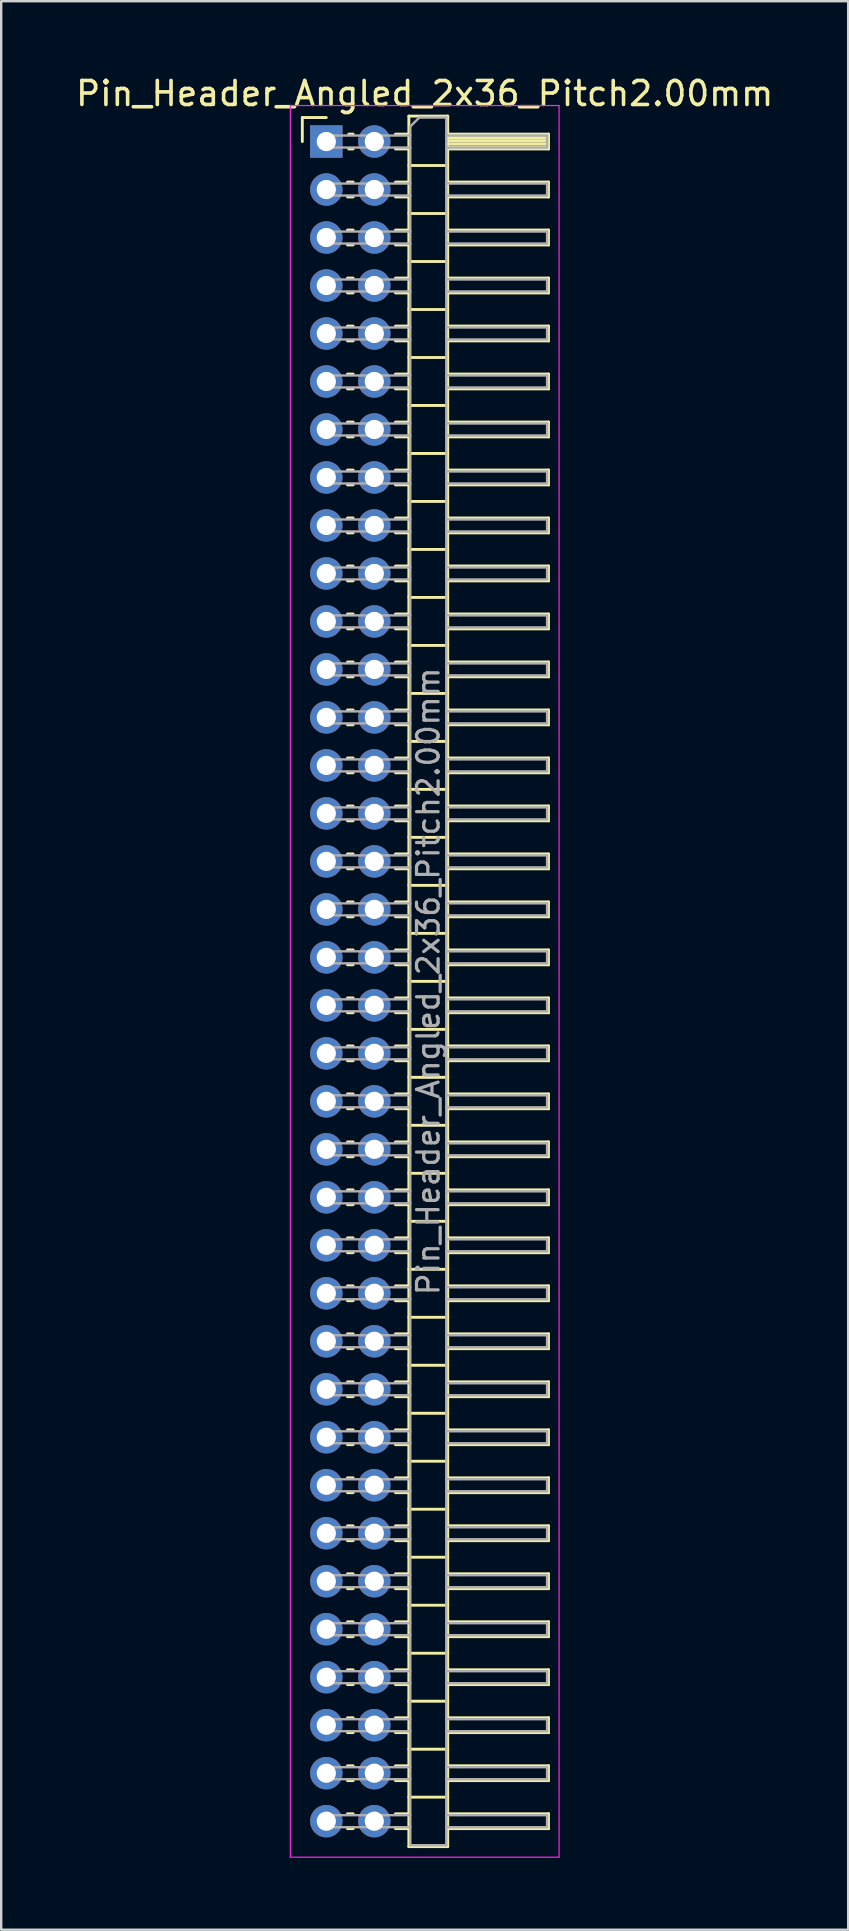
<source format=kicad_pcb>
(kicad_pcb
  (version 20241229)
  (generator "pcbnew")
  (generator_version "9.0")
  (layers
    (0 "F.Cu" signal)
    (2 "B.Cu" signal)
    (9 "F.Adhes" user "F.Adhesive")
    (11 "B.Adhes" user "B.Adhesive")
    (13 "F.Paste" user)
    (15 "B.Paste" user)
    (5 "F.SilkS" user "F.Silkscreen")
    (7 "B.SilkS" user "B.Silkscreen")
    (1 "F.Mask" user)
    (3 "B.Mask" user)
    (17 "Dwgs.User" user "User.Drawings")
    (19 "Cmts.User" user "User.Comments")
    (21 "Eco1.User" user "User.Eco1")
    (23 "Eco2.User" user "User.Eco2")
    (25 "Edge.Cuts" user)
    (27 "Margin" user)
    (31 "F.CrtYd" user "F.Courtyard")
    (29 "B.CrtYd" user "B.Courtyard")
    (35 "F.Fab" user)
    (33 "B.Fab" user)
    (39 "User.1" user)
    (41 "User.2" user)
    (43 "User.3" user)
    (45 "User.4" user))
  (footprint "Pin_Header_Angled_2x36_Pitch2.00mm"
    (layer "F.Cu")
    (at 10.549 2.848)
    (property "Reference" "Pin_Header_Angled_2x36_Pitch2.00mm" (at 4.1 -2 0) (layer "F.SilkS") (effects (font (size 1 1) (thickness 0.15))))
    (attr through_hole)
    (fp_line (start -1 -1) (end 0 -1) (stroke (width 0.12) (type solid)) (layer "F.SilkS"))
    (fp_line (start -1 0) (end -1 -1) (stroke (width 0.12) (type solid)) (layer "F.SilkS"))
    (fp_line (start 0.882 1.69) (end 1.118 1.69) (stroke (width 0.12) (type solid)) (layer "F.SilkS"))
    (fp_line (start 0.882 2.31) (end 1.118 2.31) (stroke (width 0.12) (type solid)) (layer "F.SilkS"))
    (fp_line (start 0.882 3.69) (end 1.118 3.69) (stroke (width 0.12) (type solid)) (layer "F.SilkS"))
    (fp_line (start 0.882 4.31) (end 1.118 4.31) (stroke (width 0.12) (type solid)) (layer "F.SilkS"))
    (fp_line (start 0.882 5.69) (end 1.118 5.69) (stroke (width 0.12) (type solid)) (layer "F.SilkS"))
    (fp_line (start 0.882 6.31) (end 1.118 6.31) (stroke (width 0.12) (type solid)) (layer "F.SilkS"))
    (fp_line (start 0.882 7.69) (end 1.118 7.69) (stroke (width 0.12) (type solid)) (layer "F.SilkS"))
    (fp_line (start 0.882 8.31) (end 1.118 8.31) (stroke (width 0.12) (type solid)) (layer "F.SilkS"))
    (fp_line (start 0.882 9.69) (end 1.118 9.69) (stroke (width 0.12) (type solid)) (layer "F.SilkS"))
    (fp_line (start 0.882 10.31) (end 1.118 10.31) (stroke (width 0.12) (type solid)) (layer "F.SilkS"))
    (fp_line (start 0.882 11.69) (end 1.118 11.69) (stroke (width 0.12) (type solid)) (layer "F.SilkS"))
    (fp_line (start 0.882 12.31) (end 1.118 12.31) (stroke (width 0.12) (type solid)) (layer "F.SilkS"))
    (fp_line (start 0.882 13.69) (end 1.118 13.69) (stroke (width 0.12) (type solid)) (layer "F.SilkS"))
    (fp_line (start 0.882 14.31) (end 1.118 14.31) (stroke (width 0.12) (type solid)) (layer "F.SilkS"))
    (fp_line (start 0.882 15.69) (end 1.118 15.69) (stroke (width 0.12) (type solid)) (layer "F.SilkS"))
    (fp_line (start 0.882 16.31) (end 1.118 16.31) (stroke (width 0.12) (type solid)) (layer "F.SilkS"))
    (fp_line (start 0.882 17.69) (end 1.118 17.69) (stroke (width 0.12) (type solid)) (layer "F.SilkS"))
    (fp_line (start 0.882 18.31) (end 1.118 18.31) (stroke (width 0.12) (type solid)) (layer "F.SilkS"))
    (fp_line (start 0.882 19.69) (end 1.118 19.69) (stroke (width 0.12) (type solid)) (layer "F.SilkS"))
    (fp_line (start 0.882 20.31) (end 1.118 20.31) (stroke (width 0.12) (type solid)) (layer "F.SilkS"))
    (fp_line (start 0.882 21.69) (end 1.118 21.69) (stroke (width 0.12) (type solid)) (layer "F.SilkS"))
    (fp_line (start 0.882 22.31) (end 1.118 22.31) (stroke (width 0.12) (type solid)) (layer "F.SilkS"))
    (fp_line (start 0.882 23.69) (end 1.118 23.69) (stroke (width 0.12) (type solid)) (layer "F.SilkS"))
    (fp_line (start 0.882 24.31) (end 1.118 24.31) (stroke (width 0.12) (type solid)) (layer "F.SilkS"))
    (fp_line (start 0.882 25.69) (end 1.118 25.69) (stroke (width 0.12) (type solid)) (layer "F.SilkS"))
    (fp_line (start 0.882 26.31) (end 1.118 26.31) (stroke (width 0.12) (type solid)) (layer "F.SilkS"))
    (fp_line (start 0.882 27.69) (end 1.118 27.69) (stroke (width 0.12) (type solid)) (layer "F.SilkS"))
    (fp_line (start 0.882 28.31) (end 1.118 28.31) (stroke (width 0.12) (type solid)) (layer "F.SilkS"))
    (fp_line (start 0.882 29.69) (end 1.118 29.69) (stroke (width 0.12) (type solid)) (layer "F.SilkS"))
    (fp_line (start 0.882 30.31) (end 1.118 30.31) (stroke (width 0.12) (type solid)) (layer "F.SilkS"))
    (fp_line (start 0.882 31.69) (end 1.118 31.69) (stroke (width 0.12) (type solid)) (layer "F.SilkS"))
    (fp_line (start 0.882 32.31) (end 1.118 32.31) (stroke (width 0.12) (type solid)) (layer "F.SilkS"))
    (fp_line (start 0.882 33.69) (end 1.118 33.69) (stroke (width 0.12) (type solid)) (layer "F.SilkS"))
    (fp_line (start 0.882 34.31) (end 1.118 34.31) (stroke (width 0.12) (type solid)) (layer "F.SilkS"))
    (fp_line (start 0.882 35.69) (end 1.118 35.69) (stroke (width 0.12) (type solid)) (layer "F.SilkS"))
    (fp_line (start 0.882 36.31) (end 1.118 36.31) (stroke (width 0.12) (type solid)) (layer "F.SilkS"))
    (fp_line (start 0.882 37.69) (end 1.118 37.69) (stroke (width 0.12) (type solid)) (layer "F.SilkS"))
    (fp_line (start 0.882 38.31) (end 1.118 38.31) (stroke (width 0.12) (type solid)) (layer "F.SilkS"))
    (fp_line (start 0.882 39.69) (end 1.118 39.69) (stroke (width 0.12) (type solid)) (layer "F.SilkS"))
    (fp_line (start 0.882 40.31) (end 1.118 40.31) (stroke (width 0.12) (type solid)) (layer "F.SilkS"))
    (fp_line (start 0.882 41.69) (end 1.118 41.69) (stroke (width 0.12) (type solid)) (layer "F.SilkS"))
    (fp_line (start 0.882 42.31) (end 1.118 42.31) (stroke (width 0.12) (type solid)) (layer "F.SilkS"))
    (fp_line (start 0.882 43.69) (end 1.118 43.69) (stroke (width 0.12) (type solid)) (layer "F.SilkS"))
    (fp_line (start 0.882 44.31) (end 1.118 44.31) (stroke (width 0.12) (type solid)) (layer "F.SilkS"))
    (fp_line (start 0.882 45.69) (end 1.118 45.69) (stroke (width 0.12) (type solid)) (layer "F.SilkS"))
    (fp_line (start 0.882 46.31) (end 1.118 46.31) (stroke (width 0.12) (type solid)) (layer "F.SilkS"))
    (fp_line (start 0.882 47.69) (end 1.118 47.69) (stroke (width 0.12) (type solid)) (layer "F.SilkS"))
    (fp_line (start 0.882 48.31) (end 1.118 48.31) (stroke (width 0.12) (type solid)) (layer "F.SilkS"))
    (fp_line (start 0.882 49.69) (end 1.118 49.69) (stroke (width 0.12) (type solid)) (layer "F.SilkS"))
    (fp_line (start 0.882 50.31) (end 1.118 50.31) (stroke (width 0.12) (type solid)) (layer "F.SilkS"))
    (fp_line (start 0.882 51.69) (end 1.118 51.69) (stroke (width 0.12) (type solid)) (layer "F.SilkS"))
    (fp_line (start 0.882 52.31) (end 1.118 52.31) (stroke (width 0.12) (type solid)) (layer "F.SilkS"))
    (fp_line (start 0.882 53.69) (end 1.118 53.69) (stroke (width 0.12) (type solid)) (layer "F.SilkS"))
    (fp_line (start 0.882 54.31) (end 1.118 54.31) (stroke (width 0.12) (type solid)) (layer "F.SilkS"))
    (fp_line (start 0.882 55.69) (end 1.118 55.69) (stroke (width 0.12) (type solid)) (layer "F.SilkS"))
    (fp_line (start 0.882 56.31) (end 1.118 56.31) (stroke (width 0.12) (type solid)) (layer "F.SilkS"))
    (fp_line (start 0.882 57.69) (end 1.118 57.69) (stroke (width 0.12) (type solid)) (layer "F.SilkS"))
    (fp_line (start 0.882 58.31) (end 1.118 58.31) (stroke (width 0.12) (type solid)) (layer "F.SilkS"))
    (fp_line (start 0.882 59.69) (end 1.118 59.69) (stroke (width 0.12) (type solid)) (layer "F.SilkS"))
    (fp_line (start 0.882 60.31) (end 1.118 60.31) (stroke (width 0.12) (type solid)) (layer "F.SilkS"))
    (fp_line (start 0.882 61.69) (end 1.118 61.69) (stroke (width 0.12) (type solid)) (layer "F.SilkS"))
    (fp_line (start 0.882 62.31) (end 1.118 62.31) (stroke (width 0.12) (type solid)) (layer "F.SilkS"))
    (fp_line (start 0.882 63.69) (end 1.118 63.69) (stroke (width 0.12) (type solid)) (layer "F.SilkS"))
    (fp_line (start 0.882 64.31) (end 1.118 64.31) (stroke (width 0.12) (type solid)) (layer "F.SilkS"))
    (fp_line (start 0.882 65.69) (end 1.118 65.69) (stroke (width 0.12) (type solid)) (layer "F.SilkS"))
    (fp_line (start 0.882 66.31) (end 1.118 66.31) (stroke (width 0.12) (type solid)) (layer "F.SilkS"))
    (fp_line (start 0.882 67.69) (end 1.118 67.69) (stroke (width 0.12) (type solid)) (layer "F.SilkS"))
    (fp_line (start 0.882 68.31) (end 1.118 68.31) (stroke (width 0.12) (type solid)) (layer "F.SilkS"))
    (fp_line (start 0.882 69.69) (end 1.118 69.69) (stroke (width 0.12) (type solid)) (layer "F.SilkS"))
    (fp_line (start 0.882 70.31) (end 1.118 70.31) (stroke (width 0.12) (type solid)) (layer "F.SilkS"))
    (fp_line (start 0.935 -0.31) (end 1.118 -0.31) (stroke (width 0.12) (type solid)) (layer "F.SilkS"))
    (fp_line (start 0.935 0.31) (end 1.118 0.31) (stroke (width 0.12) (type solid)) (layer "F.SilkS"))
    (fp_line (start 2.882 -0.31) (end 3.44 -0.31) (stroke (width 0.12) (type solid)) (layer "F.SilkS"))
    (fp_line (start 2.882 0.31) (end 3.44 0.31) (stroke (width 0.12) (type solid)) (layer "F.SilkS"))
    (fp_line (start 2.882 1.69) (end 3.44 1.69) (stroke (width 0.12) (type solid)) (layer "F.SilkS"))
    (fp_line (start 2.882 2.31) (end 3.44 2.31) (stroke (width 0.12) (type solid)) (layer "F.SilkS"))
    (fp_line (start 2.882 3.69) (end 3.44 3.69) (stroke (width 0.12) (type solid)) (layer "F.SilkS"))
    (fp_line (start 2.882 4.31) (end 3.44 4.31) (stroke (width 0.12) (type solid)) (layer "F.SilkS"))
    (fp_line (start 2.882 5.69) (end 3.44 5.69) (stroke (width 0.12) (type solid)) (layer "F.SilkS"))
    (fp_line (start 2.882 6.31) (end 3.44 6.31) (stroke (width 0.12) (type solid)) (layer "F.SilkS"))
    (fp_line (start 2.882 7.69) (end 3.44 7.69) (stroke (width 0.12) (type solid)) (layer "F.SilkS"))
    (fp_line (start 2.882 8.31) (end 3.44 8.31) (stroke (width 0.12) (type solid)) (layer "F.SilkS"))
    (fp_line (start 2.882 9.69) (end 3.44 9.69) (stroke (width 0.12) (type solid)) (layer "F.SilkS"))
    (fp_line (start 2.882 10.31) (end 3.44 10.31) (stroke (width 0.12) (type solid)) (layer "F.SilkS"))
    (fp_line (start 2.882 11.69) (end 3.44 11.69) (stroke (width 0.12) (type solid)) (layer "F.SilkS"))
    (fp_line (start 2.882 12.31) (end 3.44 12.31) (stroke (width 0.12) (type solid)) (layer "F.SilkS"))
    (fp_line (start 2.882 13.69) (end 3.44 13.69) (stroke (width 0.12) (type solid)) (layer "F.SilkS"))
    (fp_line (start 2.882 14.31) (end 3.44 14.31) (stroke (width 0.12) (type solid)) (layer "F.SilkS"))
    (fp_line (start 2.882 15.69) (end 3.44 15.69) (stroke (width 0.12) (type solid)) (layer "F.SilkS"))
    (fp_line (start 2.882 16.31) (end 3.44 16.31) (stroke (width 0.12) (type solid)) (layer "F.SilkS"))
    (fp_line (start 2.882 17.69) (end 3.44 17.69) (stroke (width 0.12) (type solid)) (layer "F.SilkS"))
    (fp_line (start 2.882 18.31) (end 3.44 18.31) (stroke (width 0.12) (type solid)) (layer "F.SilkS"))
    (fp_line (start 2.882 19.69) (end 3.44 19.69) (stroke (width 0.12) (type solid)) (layer "F.SilkS"))
    (fp_line (start 2.882 20.31) (end 3.44 20.31) (stroke (width 0.12) (type solid)) (layer "F.SilkS"))
    (fp_line (start 2.882 21.69) (end 3.44 21.69) (stroke (width 0.12) (type solid)) (layer "F.SilkS"))
    (fp_line (start 2.882 22.31) (end 3.44 22.31) (stroke (width 0.12) (type solid)) (layer "F.SilkS"))
    (fp_line (start 2.882 23.69) (end 3.44 23.69) (stroke (width 0.12) (type solid)) (layer "F.SilkS"))
    (fp_line (start 2.882 24.31) (end 3.44 24.31) (stroke (width 0.12) (type solid)) (layer "F.SilkS"))
    (fp_line (start 2.882 25.69) (end 3.44 25.69) (stroke (width 0.12) (type solid)) (layer "F.SilkS"))
    (fp_line (start 2.882 26.31) (end 3.44 26.31) (stroke (width 0.12) (type solid)) (layer "F.SilkS"))
    (fp_line (start 2.882 27.69) (end 3.44 27.69) (stroke (width 0.12) (type solid)) (layer "F.SilkS"))
    (fp_line (start 2.882 28.31) (end 3.44 28.31) (stroke (width 0.12) (type solid)) (layer "F.SilkS"))
    (fp_line (start 2.882 29.69) (end 3.44 29.69) (stroke (width 0.12) (type solid)) (layer "F.SilkS"))
    (fp_line (start 2.882 30.31) (end 3.44 30.31) (stroke (width 0.12) (type solid)) (layer "F.SilkS"))
    (fp_line (start 2.882 31.69) (end 3.44 31.69) (stroke (width 0.12) (type solid)) (layer "F.SilkS"))
    (fp_line (start 2.882 32.31) (end 3.44 32.31) (stroke (width 0.12) (type solid)) (layer "F.SilkS"))
    (fp_line (start 2.882 33.69) (end 3.44 33.69) (stroke (width 0.12) (type solid)) (layer "F.SilkS"))
    (fp_line (start 2.882 34.31) (end 3.44 34.31) (stroke (width 0.12) (type solid)) (layer "F.SilkS"))
    (fp_line (start 2.882 35.69) (end 3.44 35.69) (stroke (width 0.12) (type solid)) (layer "F.SilkS"))
    (fp_line (start 2.882 36.31) (end 3.44 36.31) (stroke (width 0.12) (type solid)) (layer "F.SilkS"))
    (fp_line (start 2.882 37.69) (end 3.44 37.69) (stroke (width 0.12) (type solid)) (layer "F.SilkS"))
    (fp_line (start 2.882 38.31) (end 3.44 38.31) (stroke (width 0.12) (type solid)) (layer "F.SilkS"))
    (fp_line (start 2.882 39.69) (end 3.44 39.69) (stroke (width 0.12) (type solid)) (layer "F.SilkS"))
    (fp_line (start 2.882 40.31) (end 3.44 40.31) (stroke (width 0.12) (type solid)) (layer "F.SilkS"))
    (fp_line (start 2.882 41.69) (end 3.44 41.69) (stroke (width 0.12) (type solid)) (layer "F.SilkS"))
    (fp_line (start 2.882 42.31) (end 3.44 42.31) (stroke (width 0.12) (type solid)) (layer "F.SilkS"))
    (fp_line (start 2.882 43.69) (end 3.44 43.69) (stroke (width 0.12) (type solid)) (layer "F.SilkS"))
    (fp_line (start 2.882 44.31) (end 3.44 44.31) (stroke (width 0.12) (type solid)) (layer "F.SilkS"))
    (fp_line (start 2.882 45.69) (end 3.44 45.69) (stroke (width 0.12) (type solid)) (layer "F.SilkS"))
    (fp_line (start 2.882 46.31) (end 3.44 46.31) (stroke (width 0.12) (type solid)) (layer "F.SilkS"))
    (fp_line (start 2.882 47.69) (end 3.44 47.69) (stroke (width 0.12) (type solid)) (layer "F.SilkS"))
    (fp_line (start 2.882 48.31) (end 3.44 48.31) (stroke (width 0.12) (type solid)) (layer "F.SilkS"))
    (fp_line (start 2.882 49.69) (end 3.44 49.69) (stroke (width 0.12) (type solid)) (layer "F.SilkS"))
    (fp_line (start 2.882 50.31) (end 3.44 50.31) (stroke (width 0.12) (type solid)) (layer "F.SilkS"))
    (fp_line (start 2.882 51.69) (end 3.44 51.69) (stroke (width 0.12) (type solid)) (layer "F.SilkS"))
    (fp_line (start 2.882 52.31) (end 3.44 52.31) (stroke (width 0.12) (type solid)) (layer "F.SilkS"))
    (fp_line (start 2.882 53.69) (end 3.44 53.69) (stroke (width 0.12) (type solid)) (layer "F.SilkS"))
    (fp_line (start 2.882 54.31) (end 3.44 54.31) (stroke (width 0.12) (type solid)) (layer "F.SilkS"))
    (fp_line (start 2.882 55.69) (end 3.44 55.69) (stroke (width 0.12) (type solid)) (layer "F.SilkS"))
    (fp_line (start 2.882 56.31) (end 3.44 56.31) (stroke (width 0.12) (type solid)) (layer "F.SilkS"))
    (fp_line (start 2.882 57.69) (end 3.44 57.69) (stroke (width 0.12) (type solid)) (layer "F.SilkS"))
    (fp_line (start 2.882 58.31) (end 3.44 58.31) (stroke (width 0.12) (type solid)) (layer "F.SilkS"))
    (fp_line (start 2.882 59.69) (end 3.44 59.69) (stroke (width 0.12) (type solid)) (layer "F.SilkS"))
    (fp_line (start 2.882 60.31) (end 3.44 60.31) (stroke (width 0.12) (type solid)) (layer "F.SilkS"))
    (fp_line (start 2.882 61.69) (end 3.44 61.69) (stroke (width 0.12) (type solid)) (layer "F.SilkS"))
    (fp_line (start 2.882 62.31) (end 3.44 62.31) (stroke (width 0.12) (type solid)) (layer "F.SilkS"))
    (fp_line (start 2.882 63.69) (end 3.44 63.69) (stroke (width 0.12) (type solid)) (layer "F.SilkS"))
    (fp_line (start 2.882 64.31) (end 3.44 64.31) (stroke (width 0.12) (type solid)) (layer "F.SilkS"))
    (fp_line (start 2.882 65.69) (end 3.44 65.69) (stroke (width 0.12) (type solid)) (layer "F.SilkS"))
    (fp_line (start 2.882 66.31) (end 3.44 66.31) (stroke (width 0.12) (type solid)) (layer "F.SilkS"))
    (fp_line (start 2.882 67.69) (end 3.44 67.69) (stroke (width 0.12) (type solid)) (layer "F.SilkS"))
    (fp_line (start 2.882 68.31) (end 3.44 68.31) (stroke (width 0.12) (type solid)) (layer "F.SilkS"))
    (fp_line (start 2.882 69.69) (end 3.44 69.69) (stroke (width 0.12) (type solid)) (layer "F.SilkS"))
    (fp_line (start 2.882 70.31) (end 3.44 70.31) (stroke (width 0.12) (type solid)) (layer "F.SilkS"))
    (fp_line (start 3.44 -1.06) (end 3.44 71.06) (stroke (width 0.12) (type solid)) (layer "F.SilkS"))
    (fp_line (start 3.44 1) (end 5.06 1) (stroke (width 0.12) (type solid)) (layer "F.SilkS"))
    (fp_line (start 3.44 3) (end 5.06 3) (stroke (width 0.12) (type solid)) (layer "F.SilkS"))
    (fp_line (start 3.44 5) (end 5.06 5) (stroke (width 0.12) (type solid)) (layer "F.SilkS"))
    (fp_line (start 3.44 7) (end 5.06 7) (stroke (width 0.12) (type solid)) (layer "F.SilkS"))
    (fp_line (start 3.44 9) (end 5.06 9) (stroke (width 0.12) (type solid)) (layer "F.SilkS"))
    (fp_line (start 3.44 11) (end 5.06 11) (stroke (width 0.12) (type solid)) (layer "F.SilkS"))
    (fp_line (start 3.44 13) (end 5.06 13) (stroke (width 0.12) (type solid)) (layer "F.SilkS"))
    (fp_line (start 3.44 15) (end 5.06 15) (stroke (width 0.12) (type solid)) (layer "F.SilkS"))
    (fp_line (start 3.44 17) (end 5.06 17) (stroke (width 0.12) (type solid)) (layer "F.SilkS"))
    (fp_line (start 3.44 19) (end 5.06 19) (stroke (width 0.12) (type solid)) (layer "F.SilkS"))
    (fp_line (start 3.44 21) (end 5.06 21) (stroke (width 0.12) (type solid)) (layer "F.SilkS"))
    (fp_line (start 3.44 23) (end 5.06 23) (stroke (width 0.12) (type solid)) (layer "F.SilkS"))
    (fp_line (start 3.44 25) (end 5.06 25) (stroke (width 0.12) (type solid)) (layer "F.SilkS"))
    (fp_line (start 3.44 27) (end 5.06 27) (stroke (width 0.12) (type solid)) (layer "F.SilkS"))
    (fp_line (start 3.44 29) (end 5.06 29) (stroke (width 0.12) (type solid)) (layer "F.SilkS"))
    (fp_line (start 3.44 31) (end 5.06 31) (stroke (width 0.12) (type solid)) (layer "F.SilkS"))
    (fp_line (start 3.44 33) (end 5.06 33) (stroke (width 0.12) (type solid)) (layer "F.SilkS"))
    (fp_line (start 3.44 35) (end 5.06 35) (stroke (width 0.12) (type solid)) (layer "F.SilkS"))
    (fp_line (start 3.44 37) (end 5.06 37) (stroke (width 0.12) (type solid)) (layer "F.SilkS"))
    (fp_line (start 3.44 39) (end 5.06 39) (stroke (width 0.12) (type solid)) (layer "F.SilkS"))
    (fp_line (start 3.44 41) (end 5.06 41) (stroke (width 0.12) (type solid)) (layer "F.SilkS"))
    (fp_line (start 3.44 43) (end 5.06 43) (stroke (width 0.12) (type solid)) (layer "F.SilkS"))
    (fp_line (start 3.44 45) (end 5.06 45) (stroke (width 0.12) (type solid)) (layer "F.SilkS"))
    (fp_line (start 3.44 47) (end 5.06 47) (stroke (width 0.12) (type solid)) (layer "F.SilkS"))
    (fp_line (start 3.44 49) (end 5.06 49) (stroke (width 0.12) (type solid)) (layer "F.SilkS"))
    (fp_line (start 3.44 51) (end 5.06 51) (stroke (width 0.12) (type solid)) (layer "F.SilkS"))
    (fp_line (start 3.44 53) (end 5.06 53) (stroke (width 0.12) (type solid)) (layer "F.SilkS"))
    (fp_line (start 3.44 55) (end 5.06 55) (stroke (width 0.12) (type solid)) (layer "F.SilkS"))
    (fp_line (start 3.44 57) (end 5.06 57) (stroke (width 0.12) (type solid)) (layer "F.SilkS"))
    (fp_line (start 3.44 59) (end 5.06 59) (stroke (width 0.12) (type solid)) (layer "F.SilkS"))
    (fp_line (start 3.44 61) (end 5.06 61) (stroke (width 0.12) (type solid)) (layer "F.SilkS"))
    (fp_line (start 3.44 63) (end 5.06 63) (stroke (width 0.12) (type solid)) (layer "F.SilkS"))
    (fp_line (start 3.44 65) (end 5.06 65) (stroke (width 0.12) (type solid)) (layer "F.SilkS"))
    (fp_line (start 3.44 67) (end 5.06 67) (stroke (width 0.12) (type solid)) (layer "F.SilkS"))
    (fp_line (start 3.44 69) (end 5.06 69) (stroke (width 0.12) (type solid)) (layer "F.SilkS"))
    (fp_line (start 3.44 71.06) (end 5.06 71.06) (stroke (width 0.12) (type solid)) (layer "F.SilkS"))
    (fp_line (start 5.06 -1.06) (end 3.44 -1.06) (stroke (width 0.12) (type solid)) (layer "F.SilkS"))
    (fp_line (start 5.06 -0.31) (end 9.26 -0.31) (stroke (width 0.12) (type solid)) (layer "F.SilkS"))
    (fp_line (start 5.06 -0.25) (end 9.26 -0.25) (stroke (width 0.12) (type solid)) (layer "F.SilkS"))
    (fp_line (start 5.06 -0.13) (end 9.26 -0.13) (stroke (width 0.12) (type solid)) (layer "F.SilkS"))
    (fp_line (start 5.06 -0.01) (end 9.26 -0.01) (stroke (width 0.12) (type solid)) (layer "F.SilkS"))
    (fp_line (start 5.06 0.11) (end 9.26 0.11) (stroke (width 0.12) (type solid)) (layer "F.SilkS"))
    (fp_line (start 5.06 0.23) (end 9.26 0.23) (stroke (width 0.12) (type solid)) (layer "F.SilkS"))
    (fp_line (start 5.06 1.69) (end 9.26 1.69) (stroke (width 0.12) (type solid)) (layer "F.SilkS"))
    (fp_line (start 5.06 3.69) (end 9.26 3.69) (stroke (width 0.12) (type solid)) (layer "F.SilkS"))
    (fp_line (start 5.06 5.69) (end 9.26 5.69) (stroke (width 0.12) (type solid)) (layer "F.SilkS"))
    (fp_line (start 5.06 7.69) (end 9.26 7.69) (stroke (width 0.12) (type solid)) (layer "F.SilkS"))
    (fp_line (start 5.06 9.69) (end 9.26 9.69) (stroke (width 0.12) (type solid)) (layer "F.SilkS"))
    (fp_line (start 5.06 11.69) (end 9.26 11.69) (stroke (width 0.12) (type solid)) (layer "F.SilkS"))
    (fp_line (start 5.06 13.69) (end 9.26 13.69) (stroke (width 0.12) (type solid)) (layer "F.SilkS"))
    (fp_line (start 5.06 15.69) (end 9.26 15.69) (stroke (width 0.12) (type solid)) (layer "F.SilkS"))
    (fp_line (start 5.06 17.69) (end 9.26 17.69) (stroke (width 0.12) (type solid)) (layer "F.SilkS"))
    (fp_line (start 5.06 19.69) (end 9.26 19.69) (stroke (width 0.12) (type solid)) (layer "F.SilkS"))
    (fp_line (start 5.06 21.69) (end 9.26 21.69) (stroke (width 0.12) (type solid)) (layer "F.SilkS"))
    (fp_line (start 5.06 23.69) (end 9.26 23.69) (stroke (width 0.12) (type solid)) (layer "F.SilkS"))
    (fp_line (start 5.06 25.69) (end 9.26 25.69) (stroke (width 0.12) (type solid)) (layer "F.SilkS"))
    (fp_line (start 5.06 27.69) (end 9.26 27.69) (stroke (width 0.12) (type solid)) (layer "F.SilkS"))
    (fp_line (start 5.06 29.69) (end 9.26 29.69) (stroke (width 0.12) (type solid)) (layer "F.SilkS"))
    (fp_line (start 5.06 31.69) (end 9.26 31.69) (stroke (width 0.12) (type solid)) (layer "F.SilkS"))
    (fp_line (start 5.06 33.69) (end 9.26 33.69) (stroke (width 0.12) (type solid)) (layer "F.SilkS"))
    (fp_line (start 5.06 35.69) (end 9.26 35.69) (stroke (width 0.12) (type solid)) (layer "F.SilkS"))
    (fp_line (start 5.06 37.69) (end 9.26 37.69) (stroke (width 0.12) (type solid)) (layer "F.SilkS"))
    (fp_line (start 5.06 39.69) (end 9.26 39.69) (stroke (width 0.12) (type solid)) (layer "F.SilkS"))
    (fp_line (start 5.06 41.69) (end 9.26 41.69) (stroke (width 0.12) (type solid)) (layer "F.SilkS"))
    (fp_line (start 5.06 43.69) (end 9.26 43.69) (stroke (width 0.12) (type solid)) (layer "F.SilkS"))
    (fp_line (start 5.06 45.69) (end 9.26 45.69) (stroke (width 0.12) (type solid)) (layer "F.SilkS"))
    (fp_line (start 5.06 47.69) (end 9.26 47.69) (stroke (width 0.12) (type solid)) (layer "F.SilkS"))
    (fp_line (start 5.06 49.69) (end 9.26 49.69) (stroke (width 0.12) (type solid)) (layer "F.SilkS"))
    (fp_line (start 5.06 51.69) (end 9.26 51.69) (stroke (width 0.12) (type solid)) (layer "F.SilkS"))
    (fp_line (start 5.06 53.69) (end 9.26 53.69) (stroke (width 0.12) (type solid)) (layer "F.SilkS"))
    (fp_line (start 5.06 55.69) (end 9.26 55.69) (stroke (width 0.12) (type solid)) (layer "F.SilkS"))
    (fp_line (start 5.06 57.69) (end 9.26 57.69) (stroke (width 0.12) (type solid)) (layer "F.SilkS"))
    (fp_line (start 5.06 59.69) (end 9.26 59.69) (stroke (width 0.12) (type solid)) (layer "F.SilkS"))
    (fp_line (start 5.06 61.69) (end 9.26 61.69) (stroke (width 0.12) (type solid)) (layer "F.SilkS"))
    (fp_line (start 5.06 63.69) (end 9.26 63.69) (stroke (width 0.12) (type solid)) (layer "F.SilkS"))
    (fp_line (start 5.06 65.69) (end 9.26 65.69) (stroke (width 0.12) (type solid)) (layer "F.SilkS"))
    (fp_line (start 5.06 67.69) (end 9.26 67.69) (stroke (width 0.12) (type solid)) (layer "F.SilkS"))
    (fp_line (start 5.06 69.69) (end 9.26 69.69) (stroke (width 0.12) (type solid)) (layer "F.SilkS"))
    (fp_line (start 5.06 71.06) (end 5.06 -1.06) (stroke (width 0.12) (type solid)) (layer "F.SilkS"))
    (fp_line (start 9.26 -0.31) (end 9.26 0.31) (stroke (width 0.12) (type solid)) (layer "F.SilkS"))
    (fp_line (start 9.26 0.31) (end 5.06 0.31) (stroke (width 0.12) (type solid)) (layer "F.SilkS"))
    (fp_line (start 9.26 1.69) (end 9.26 2.31) (stroke (width 0.12) (type solid)) (layer "F.SilkS"))
    (fp_line (start 9.26 2.31) (end 5.06 2.31) (stroke (width 0.12) (type solid)) (layer "F.SilkS"))
    (fp_line (start 9.26 3.69) (end 9.26 4.31) (stroke (width 0.12) (type solid)) (layer "F.SilkS"))
    (fp_line (start 9.26 4.31) (end 5.06 4.31) (stroke (width 0.12) (type solid)) (layer "F.SilkS"))
    (fp_line (start 9.26 5.69) (end 9.26 6.31) (stroke (width 0.12) (type solid)) (layer "F.SilkS"))
    (fp_line (start 9.26 6.31) (end 5.06 6.31) (stroke (width 0.12) (type solid)) (layer "F.SilkS"))
    (fp_line (start 9.26 7.69) (end 9.26 8.31) (stroke (width 0.12) (type solid)) (layer "F.SilkS"))
    (fp_line (start 9.26 8.31) (end 5.06 8.31) (stroke (width 0.12) (type solid)) (layer "F.SilkS"))
    (fp_line (start 9.26 9.69) (end 9.26 10.31) (stroke (width 0.12) (type solid)) (layer "F.SilkS"))
    (fp_line (start 9.26 10.31) (end 5.06 10.31) (stroke (width 0.12) (type solid)) (layer "F.SilkS"))
    (fp_line (start 9.26 11.69) (end 9.26 12.31) (stroke (width 0.12) (type solid)) (layer "F.SilkS"))
    (fp_line (start 9.26 12.31) (end 5.06 12.31) (stroke (width 0.12) (type solid)) (layer "F.SilkS"))
    (fp_line (start 9.26 13.69) (end 9.26 14.31) (stroke (width 0.12) (type solid)) (layer "F.SilkS"))
    (fp_line (start 9.26 14.31) (end 5.06 14.31) (stroke (width 0.12) (type solid)) (layer "F.SilkS"))
    (fp_line (start 9.26 15.69) (end 9.26 16.31) (stroke (width 0.12) (type solid)) (layer "F.SilkS"))
    (fp_line (start 9.26 16.31) (end 5.06 16.31) (stroke (width 0.12) (type solid)) (layer "F.SilkS"))
    (fp_line (start 9.26 17.69) (end 9.26 18.31) (stroke (width 0.12) (type solid)) (layer "F.SilkS"))
    (fp_line (start 9.26 18.31) (end 5.06 18.31) (stroke (width 0.12) (type solid)) (layer "F.SilkS"))
    (fp_line (start 9.26 19.69) (end 9.26 20.31) (stroke (width 0.12) (type solid)) (layer "F.SilkS"))
    (fp_line (start 9.26 20.31) (end 5.06 20.31) (stroke (width 0.12) (type solid)) (layer "F.SilkS"))
    (fp_line (start 9.26 21.69) (end 9.26 22.31) (stroke (width 0.12) (type solid)) (layer "F.SilkS"))
    (fp_line (start 9.26 22.31) (end 5.06 22.31) (stroke (width 0.12) (type solid)) (layer "F.SilkS"))
    (fp_line (start 9.26 23.69) (end 9.26 24.31) (stroke (width 0.12) (type solid)) (layer "F.SilkS"))
    (fp_line (start 9.26 24.31) (end 5.06 24.31) (stroke (width 0.12) (type solid)) (layer "F.SilkS"))
    (fp_line (start 9.26 25.69) (end 9.26 26.31) (stroke (width 0.12) (type solid)) (layer "F.SilkS"))
    (fp_line (start 9.26 26.31) (end 5.06 26.31) (stroke (width 0.12) (type solid)) (layer "F.SilkS"))
    (fp_line (start 9.26 27.69) (end 9.26 28.31) (stroke (width 0.12) (type solid)) (layer "F.SilkS"))
    (fp_line (start 9.26 28.31) (end 5.06 28.31) (stroke (width 0.12) (type solid)) (layer "F.SilkS"))
    (fp_line (start 9.26 29.69) (end 9.26 30.31) (stroke (width 0.12) (type solid)) (layer "F.SilkS"))
    (fp_line (start 9.26 30.31) (end 5.06 30.31) (stroke (width 0.12) (type solid)) (layer "F.SilkS"))
    (fp_line (start 9.26 31.69) (end 9.26 32.31) (stroke (width 0.12) (type solid)) (layer "F.SilkS"))
    (fp_line (start 9.26 32.31) (end 5.06 32.31) (stroke (width 0.12) (type solid)) (layer "F.SilkS"))
    (fp_line (start 9.26 33.69) (end 9.26 34.31) (stroke (width 0.12) (type solid)) (layer "F.SilkS"))
    (fp_line (start 9.26 34.31) (end 5.06 34.31) (stroke (width 0.12) (type solid)) (layer "F.SilkS"))
    (fp_line (start 9.26 35.69) (end 9.26 36.31) (stroke (width 0.12) (type solid)) (layer "F.SilkS"))
    (fp_line (start 9.26 36.31) (end 5.06 36.31) (stroke (width 0.12) (type solid)) (layer "F.SilkS"))
    (fp_line (start 9.26 37.69) (end 9.26 38.31) (stroke (width 0.12) (type solid)) (layer "F.SilkS"))
    (fp_line (start 9.26 38.31) (end 5.06 38.31) (stroke (width 0.12) (type solid)) (layer "F.SilkS"))
    (fp_line (start 9.26 39.69) (end 9.26 40.31) (stroke (width 0.12) (type solid)) (layer "F.SilkS"))
    (fp_line (start 9.26 40.31) (end 5.06 40.31) (stroke (width 0.12) (type solid)) (layer "F.SilkS"))
    (fp_line (start 9.26 41.69) (end 9.26 42.31) (stroke (width 0.12) (type solid)) (layer "F.SilkS"))
    (fp_line (start 9.26 42.31) (end 5.06 42.31) (stroke (width 0.12) (type solid)) (layer "F.SilkS"))
    (fp_line (start 9.26 43.69) (end 9.26 44.31) (stroke (width 0.12) (type solid)) (layer "F.SilkS"))
    (fp_line (start 9.26 44.31) (end 5.06 44.31) (stroke (width 0.12) (type solid)) (layer "F.SilkS"))
    (fp_line (start 9.26 45.69) (end 9.26 46.31) (stroke (width 0.12) (type solid)) (layer "F.SilkS"))
    (fp_line (start 9.26 46.31) (end 5.06 46.31) (stroke (width 0.12) (type solid)) (layer "F.SilkS"))
    (fp_line (start 9.26 47.69) (end 9.26 48.31) (stroke (width 0.12) (type solid)) (layer "F.SilkS"))
    (fp_line (start 9.26 48.31) (end 5.06 48.31) (stroke (width 0.12) (type solid)) (layer "F.SilkS"))
    (fp_line (start 9.26 49.69) (end 9.26 50.31) (stroke (width 0.12) (type solid)) (layer "F.SilkS"))
    (fp_line (start 9.26 50.31) (end 5.06 50.31) (stroke (width 0.12) (type solid)) (layer "F.SilkS"))
    (fp_line (start 9.26 51.69) (end 9.26 52.31) (stroke (width 0.12) (type solid)) (layer "F.SilkS"))
    (fp_line (start 9.26 52.31) (end 5.06 52.31) (stroke (width 0.12) (type solid)) (layer "F.SilkS"))
    (fp_line (start 9.26 53.69) (end 9.26 54.31) (stroke (width 0.12) (type solid)) (layer "F.SilkS"))
    (fp_line (start 9.26 54.31) (end 5.06 54.31) (stroke (width 0.12) (type solid)) (layer "F.SilkS"))
    (fp_line (start 9.26 55.69) (end 9.26 56.31) (stroke (width 0.12) (type solid)) (layer "F.SilkS"))
    (fp_line (start 9.26 56.31) (end 5.06 56.31) (stroke (width 0.12) (type solid)) (layer "F.SilkS"))
    (fp_line (start 9.26 57.69) (end 9.26 58.31) (stroke (width 0.12) (type solid)) (layer "F.SilkS"))
    (fp_line (start 9.26 58.31) (end 5.06 58.31) (stroke (width 0.12) (type solid)) (layer "F.SilkS"))
    (fp_line (start 9.26 59.69) (end 9.26 60.31) (stroke (width 0.12) (type solid)) (layer "F.SilkS"))
    (fp_line (start 9.26 60.31) (end 5.06 60.31) (stroke (width 0.12) (type solid)) (layer "F.SilkS"))
    (fp_line (start 9.26 61.69) (end 9.26 62.31) (stroke (width 0.12) (type solid)) (layer "F.SilkS"))
    (fp_line (start 9.26 62.31) (end 5.06 62.31) (stroke (width 0.12) (type solid)) (layer "F.SilkS"))
    (fp_line (start 9.26 63.69) (end 9.26 64.31) (stroke (width 0.12) (type solid)) (layer "F.SilkS"))
    (fp_line (start 9.26 64.31) (end 5.06 64.31) (stroke (width 0.12) (type solid)) (layer "F.SilkS"))
    (fp_line (start 9.26 65.69) (end 9.26 66.31) (stroke (width 0.12) (type solid)) (layer "F.SilkS"))
    (fp_line (start 9.26 66.31) (end 5.06 66.31) (stroke (width 0.12) (type solid)) (layer "F.SilkS"))
    (fp_line (start 9.26 67.69) (end 9.26 68.31) (stroke (width 0.12) (type solid)) (layer "F.SilkS"))
    (fp_line (start 9.26 68.31) (end 5.06 68.31) (stroke (width 0.12) (type solid)) (layer "F.SilkS"))
    (fp_line (start 9.26 69.69) (end 9.26 70.31) (stroke (width 0.12) (type solid)) (layer "F.SilkS"))
    (fp_line (start 9.26 70.31) (end 5.06 70.31) (stroke (width 0.12) (type solid)) (layer "F.SilkS"))
    (fp_line (start -1.5 -1.5) (end -1.5 71.5) (stroke (width 0.05) (type solid)) (layer "F.CrtYd"))
    (fp_line (start -1.5 71.5) (end 9.7 71.5) (stroke (width 0.05) (type solid)) (layer "F.CrtYd"))
    (fp_line (start 9.7 -1.5) (end -1.5 -1.5) (stroke (width 0.05) (type solid)) (layer "F.CrtYd"))
    (fp_line (start 9.7 71.5) (end 9.7 -1.5) (stroke (width 0.05) (type solid)) (layer "F.CrtYd"))
    (fp_line (start -0.25 -0.25) (end -0.25 0.25) (stroke (width 0.1) (type solid)) (layer "F.Fab"))
    (fp_line (start -0.25 -0.25) (end 3.5 -0.25) (stroke (width 0.1) (type solid)) (layer "F.Fab"))
    (fp_line (start -0.25 0.25) (end 3.5 0.25) (stroke (width 0.1) (type solid)) (layer "F.Fab"))
    (fp_line (start -0.25 1.75) (end -0.25 2.25) (stroke (width 0.1) (type solid)) (layer "F.Fab"))
    (fp_line (start -0.25 1.75) (end 3.5 1.75) (stroke (width 0.1) (type solid)) (layer "F.Fab"))
    (fp_line (start -0.25 2.25) (end 3.5 2.25) (stroke (width 0.1) (type solid)) (layer "F.Fab"))
    (fp_line (start -0.25 3.75) (end -0.25 4.25) (stroke (width 0.1) (type solid)) (layer "F.Fab"))
    (fp_line (start -0.25 3.75) (end 3.5 3.75) (stroke (width 0.1) (type solid)) (layer "F.Fab"))
    (fp_line (start -0.25 4.25) (end 3.5 4.25) (stroke (width 0.1) (type solid)) (layer "F.Fab"))
    (fp_line (start -0.25 5.75) (end -0.25 6.25) (stroke (width 0.1) (type solid)) (layer "F.Fab"))
    (fp_line (start -0.25 5.75) (end 3.5 5.75) (stroke (width 0.1) (type solid)) (layer "F.Fab"))
    (fp_line (start -0.25 6.25) (end 3.5 6.25) (stroke (width 0.1) (type solid)) (layer "F.Fab"))
    (fp_line (start -0.25 7.75) (end -0.25 8.25) (stroke (width 0.1) (type solid)) (layer "F.Fab"))
    (fp_line (start -0.25 7.75) (end 3.5 7.75) (stroke (width 0.1) (type solid)) (layer "F.Fab"))
    (fp_line (start -0.25 8.25) (end 3.5 8.25) (stroke (width 0.1) (type solid)) (layer "F.Fab"))
    (fp_line (start -0.25 9.75) (end -0.25 10.25) (stroke (width 0.1) (type solid)) (layer "F.Fab"))
    (fp_line (start -0.25 9.75) (end 3.5 9.75) (stroke (width 0.1) (type solid)) (layer "F.Fab"))
    (fp_line (start -0.25 10.25) (end 3.5 10.25) (stroke (width 0.1) (type solid)) (layer "F.Fab"))
    (fp_line (start -0.25 11.75) (end -0.25 12.25) (stroke (width 0.1) (type solid)) (layer "F.Fab"))
    (fp_line (start -0.25 11.75) (end 3.5 11.75) (stroke (width 0.1) (type solid)) (layer "F.Fab"))
    (fp_line (start -0.25 12.25) (end 3.5 12.25) (stroke (width 0.1) (type solid)) (layer "F.Fab"))
    (fp_line (start -0.25 13.75) (end -0.25 14.25) (stroke (width 0.1) (type solid)) (layer "F.Fab"))
    (fp_line (start -0.25 13.75) (end 3.5 13.75) (stroke (width 0.1) (type solid)) (layer "F.Fab"))
    (fp_line (start -0.25 14.25) (end 3.5 14.25) (stroke (width 0.1) (type solid)) (layer "F.Fab"))
    (fp_line (start -0.25 15.75) (end -0.25 16.25) (stroke (width 0.1) (type solid)) (layer "F.Fab"))
    (fp_line (start -0.25 15.75) (end 3.5 15.75) (stroke (width 0.1) (type solid)) (layer "F.Fab"))
    (fp_line (start -0.25 16.25) (end 3.5 16.25) (stroke (width 0.1) (type solid)) (layer "F.Fab"))
    (fp_line (start -0.25 17.75) (end -0.25 18.25) (stroke (width 0.1) (type solid)) (layer "F.Fab"))
    (fp_line (start -0.25 17.75) (end 3.5 17.75) (stroke (width 0.1) (type solid)) (layer "F.Fab"))
    (fp_line (start -0.25 18.25) (end 3.5 18.25) (stroke (width 0.1) (type solid)) (layer "F.Fab"))
    (fp_line (start -0.25 19.75) (end -0.25 20.25) (stroke (width 0.1) (type solid)) (layer "F.Fab"))
    (fp_line (start -0.25 19.75) (end 3.5 19.75) (stroke (width 0.1) (type solid)) (layer "F.Fab"))
    (fp_line (start -0.25 20.25) (end 3.5 20.25) (stroke (width 0.1) (type solid)) (layer "F.Fab"))
    (fp_line (start -0.25 21.75) (end -0.25 22.25) (stroke (width 0.1) (type solid)) (layer "F.Fab"))
    (fp_line (start -0.25 21.75) (end 3.5 21.75) (stroke (width 0.1) (type solid)) (layer "F.Fab"))
    (fp_line (start -0.25 22.25) (end 3.5 22.25) (stroke (width 0.1) (type solid)) (layer "F.Fab"))
    (fp_line (start -0.25 23.75) (end -0.25 24.25) (stroke (width 0.1) (type solid)) (layer "F.Fab"))
    (fp_line (start -0.25 23.75) (end 3.5 23.75) (stroke (width 0.1) (type solid)) (layer "F.Fab"))
    (fp_line (start -0.25 24.25) (end 3.5 24.25) (stroke (width 0.1) (type solid)) (layer "F.Fab"))
    (fp_line (start -0.25 25.75) (end -0.25 26.25) (stroke (width 0.1) (type solid)) (layer "F.Fab"))
    (fp_line (start -0.25 25.75) (end 3.5 25.75) (stroke (width 0.1) (type solid)) (layer "F.Fab"))
    (fp_line (start -0.25 26.25) (end 3.5 26.25) (stroke (width 0.1) (type solid)) (layer "F.Fab"))
    (fp_line (start -0.25 27.75) (end -0.25 28.25) (stroke (width 0.1) (type solid)) (layer "F.Fab"))
    (fp_line (start -0.25 27.75) (end 3.5 27.75) (stroke (width 0.1) (type solid)) (layer "F.Fab"))
    (fp_line (start -0.25 28.25) (end 3.5 28.25) (stroke (width 0.1) (type solid)) (layer "F.Fab"))
    (fp_line (start -0.25 29.75) (end -0.25 30.25) (stroke (width 0.1) (type solid)) (layer "F.Fab"))
    (fp_line (start -0.25 29.75) (end 3.5 29.75) (stroke (width 0.1) (type solid)) (layer "F.Fab"))
    (fp_line (start -0.25 30.25) (end 3.5 30.25) (stroke (width 0.1) (type solid)) (layer "F.Fab"))
    (fp_line (start -0.25 31.75) (end -0.25 32.25) (stroke (width 0.1) (type solid)) (layer "F.Fab"))
    (fp_line (start -0.25 31.75) (end 3.5 31.75) (stroke (width 0.1) (type solid)) (layer "F.Fab"))
    (fp_line (start -0.25 32.25) (end 3.5 32.25) (stroke (width 0.1) (type solid)) (layer "F.Fab"))
    (fp_line (start -0.25 33.75) (end -0.25 34.25) (stroke (width 0.1) (type solid)) (layer "F.Fab"))
    (fp_line (start -0.25 33.75) (end 3.5 33.75) (stroke (width 0.1) (type solid)) (layer "F.Fab"))
    (fp_line (start -0.25 34.25) (end 3.5 34.25) (stroke (width 0.1) (type solid)) (layer "F.Fab"))
    (fp_line (start -0.25 35.75) (end -0.25 36.25) (stroke (width 0.1) (type solid)) (layer "F.Fab"))
    (fp_line (start -0.25 35.75) (end 3.5 35.75) (stroke (width 0.1) (type solid)) (layer "F.Fab"))
    (fp_line (start -0.25 36.25) (end 3.5 36.25) (stroke (width 0.1) (type solid)) (layer "F.Fab"))
    (fp_line (start -0.25 37.75) (end -0.25 38.25) (stroke (width 0.1) (type solid)) (layer "F.Fab"))
    (fp_line (start -0.25 37.75) (end 3.5 37.75) (stroke (width 0.1) (type solid)) (layer "F.Fab"))
    (fp_line (start -0.25 38.25) (end 3.5 38.25) (stroke (width 0.1) (type solid)) (layer "F.Fab"))
    (fp_line (start -0.25 39.75) (end -0.25 40.25) (stroke (width 0.1) (type solid)) (layer "F.Fab"))
    (fp_line (start -0.25 39.75) (end 3.5 39.75) (stroke (width 0.1) (type solid)) (layer "F.Fab"))
    (fp_line (start -0.25 40.25) (end 3.5 40.25) (stroke (width 0.1) (type solid)) (layer "F.Fab"))
    (fp_line (start -0.25 41.75) (end -0.25 42.25) (stroke (width 0.1) (type solid)) (layer "F.Fab"))
    (fp_line (start -0.25 41.75) (end 3.5 41.75) (stroke (width 0.1) (type solid)) (layer "F.Fab"))
    (fp_line (start -0.25 42.25) (end 3.5 42.25) (stroke (width 0.1) (type solid)) (layer "F.Fab"))
    (fp_line (start -0.25 43.75) (end -0.25 44.25) (stroke (width 0.1) (type solid)) (layer "F.Fab"))
    (fp_line (start -0.25 43.75) (end 3.5 43.75) (stroke (width 0.1) (type solid)) (layer "F.Fab"))
    (fp_line (start -0.25 44.25) (end 3.5 44.25) (stroke (width 0.1) (type solid)) (layer "F.Fab"))
    (fp_line (start -0.25 45.75) (end -0.25 46.25) (stroke (width 0.1) (type solid)) (layer "F.Fab"))
    (fp_line (start -0.25 45.75) (end 3.5 45.75) (stroke (width 0.1) (type solid)) (layer "F.Fab"))
    (fp_line (start -0.25 46.25) (end 3.5 46.25) (stroke (width 0.1) (type solid)) (layer "F.Fab"))
    (fp_line (start -0.25 47.75) (end -0.25 48.25) (stroke (width 0.1) (type solid)) (layer "F.Fab"))
    (fp_line (start -0.25 47.75) (end 3.5 47.75) (stroke (width 0.1) (type solid)) (layer "F.Fab"))
    (fp_line (start -0.25 48.25) (end 3.5 48.25) (stroke (width 0.1) (type solid)) (layer "F.Fab"))
    (fp_line (start -0.25 49.75) (end -0.25 50.25) (stroke (width 0.1) (type solid)) (layer "F.Fab"))
    (fp_line (start -0.25 49.75) (end 3.5 49.75) (stroke (width 0.1) (type solid)) (layer "F.Fab"))
    (fp_line (start -0.25 50.25) (end 3.5 50.25) (stroke (width 0.1) (type solid)) (layer "F.Fab"))
    (fp_line (start -0.25 51.75) (end -0.25 52.25) (stroke (width 0.1) (type solid)) (layer "F.Fab"))
    (fp_line (start -0.25 51.75) (end 3.5 51.75) (stroke (width 0.1) (type solid)) (layer "F.Fab"))
    (fp_line (start -0.25 52.25) (end 3.5 52.25) (stroke (width 0.1) (type solid)) (layer "F.Fab"))
    (fp_line (start -0.25 53.75) (end -0.25 54.25) (stroke (width 0.1) (type solid)) (layer "F.Fab"))
    (fp_line (start -0.25 53.75) (end 3.5 53.75) (stroke (width 0.1) (type solid)) (layer "F.Fab"))
    (fp_line (start -0.25 54.25) (end 3.5 54.25) (stroke (width 0.1) (type solid)) (layer "F.Fab"))
    (fp_line (start -0.25 55.75) (end -0.25 56.25) (stroke (width 0.1) (type solid)) (layer "F.Fab"))
    (fp_line (start -0.25 55.75) (end 3.5 55.75) (stroke (width 0.1) (type solid)) (layer "F.Fab"))
    (fp_line (start -0.25 56.25) (end 3.5 56.25) (stroke (width 0.1) (type solid)) (layer "F.Fab"))
    (fp_line (start -0.25 57.75) (end -0.25 58.25) (stroke (width 0.1) (type solid)) (layer "F.Fab"))
    (fp_line (start -0.25 57.75) (end 3.5 57.75) (stroke (width 0.1) (type solid)) (layer "F.Fab"))
    (fp_line (start -0.25 58.25) (end 3.5 58.25) (stroke (width 0.1) (type solid)) (layer "F.Fab"))
    (fp_line (start -0.25 59.75) (end -0.25 60.25) (stroke (width 0.1) (type solid)) (layer "F.Fab"))
    (fp_line (start -0.25 59.75) (end 3.5 59.75) (stroke (width 0.1) (type solid)) (layer "F.Fab"))
    (fp_line (start -0.25 60.25) (end 3.5 60.25) (stroke (width 0.1) (type solid)) (layer "F.Fab"))
    (fp_line (start -0.25 61.75) (end -0.25 62.25) (stroke (width 0.1) (type solid)) (layer "F.Fab"))
    (fp_line (start -0.25 61.75) (end 3.5 61.75) (stroke (width 0.1) (type solid)) (layer "F.Fab"))
    (fp_line (start -0.25 62.25) (end 3.5 62.25) (stroke (width 0.1) (type solid)) (layer "F.Fab"))
    (fp_line (start -0.25 63.75) (end -0.25 64.25) (stroke (width 0.1) (type solid)) (layer "F.Fab"))
    (fp_line (start -0.25 63.75) (end 3.5 63.75) (stroke (width 0.1) (type solid)) (layer "F.Fab"))
    (fp_line (start -0.25 64.25) (end 3.5 64.25) (stroke (width 0.1) (type solid)) (layer "F.Fab"))
    (fp_line (start -0.25 65.75) (end -0.25 66.25) (stroke (width 0.1) (type solid)) (layer "F.Fab"))
    (fp_line (start -0.25 65.75) (end 3.5 65.75) (stroke (width 0.1) (type solid)) (layer "F.Fab"))
    (fp_line (start -0.25 66.25) (end 3.5 66.25) (stroke (width 0.1) (type solid)) (layer "F.Fab"))
    (fp_line (start -0.25 67.75) (end -0.25 68.25) (stroke (width 0.1) (type solid)) (layer "F.Fab"))
    (fp_line (start -0.25 67.75) (end 3.5 67.75) (stroke (width 0.1) (type solid)) (layer "F.Fab"))
    (fp_line (start -0.25 68.25) (end 3.5 68.25) (stroke (width 0.1) (type solid)) (layer "F.Fab"))
    (fp_line (start -0.25 69.75) (end -0.25 70.25) (stroke (width 0.1) (type solid)) (layer "F.Fab"))
    (fp_line (start -0.25 69.75) (end 3.5 69.75) (stroke (width 0.1) (type solid)) (layer "F.Fab"))
    (fp_line (start -0.25 70.25) (end 3.5 70.25) (stroke (width 0.1) (type solid)) (layer "F.Fab"))
    (fp_line (start 3.5 -0.625) (end 3.875 -1) (stroke (width 0.1) (type solid)) (layer "F.Fab"))
    (fp_line (start 3.5 71) (end 3.5 -0.625) (stroke (width 0.1) (type solid)) (layer "F.Fab"))
    (fp_line (start 3.875 -1) (end 5 -1) (stroke (width 0.1) (type solid)) (layer "F.Fab"))
    (fp_line (start 5 -1) (end 5 71) (stroke (width 0.1) (type solid)) (layer "F.Fab"))
    (fp_line (start 5 -0.25) (end 9.2 -0.25) (stroke (width 0.1) (type solid)) (layer "F.Fab"))
    (fp_line (start 5 0.25) (end 9.2 0.25) (stroke (width 0.1) (type solid)) (layer "F.Fab"))
    (fp_line (start 5 1.75) (end 9.2 1.75) (stroke (width 0.1) (type solid)) (layer "F.Fab"))
    (fp_line (start 5 2.25) (end 9.2 2.25) (stroke (width 0.1) (type solid)) (layer "F.Fab"))
    (fp_line (start 5 3.75) (end 9.2 3.75) (stroke (width 0.1) (type solid)) (layer "F.Fab"))
    (fp_line (start 5 4.25) (end 9.2 4.25) (stroke (width 0.1) (type solid)) (layer "F.Fab"))
    (fp_line (start 5 5.75) (end 9.2 5.75) (stroke (width 0.1) (type solid)) (layer "F.Fab"))
    (fp_line (start 5 6.25) (end 9.2 6.25) (stroke (width 0.1) (type solid)) (layer "F.Fab"))
    (fp_line (start 5 7.75) (end 9.2 7.75) (stroke (width 0.1) (type solid)) (layer "F.Fab"))
    (fp_line (start 5 8.25) (end 9.2 8.25) (stroke (width 0.1) (type solid)) (layer "F.Fab"))
    (fp_line (start 5 9.75) (end 9.2 9.75) (stroke (width 0.1) (type solid)) (layer "F.Fab"))
    (fp_line (start 5 10.25) (end 9.2 10.25) (stroke (width 0.1) (type solid)) (layer "F.Fab"))
    (fp_line (start 5 11.75) (end 9.2 11.75) (stroke (width 0.1) (type solid)) (layer "F.Fab"))
    (fp_line (start 5 12.25) (end 9.2 12.25) (stroke (width 0.1) (type solid)) (layer "F.Fab"))
    (fp_line (start 5 13.75) (end 9.2 13.75) (stroke (width 0.1) (type solid)) (layer "F.Fab"))
    (fp_line (start 5 14.25) (end 9.2 14.25) (stroke (width 0.1) (type solid)) (layer "F.Fab"))
    (fp_line (start 5 15.75) (end 9.2 15.75) (stroke (width 0.1) (type solid)) (layer "F.Fab"))
    (fp_line (start 5 16.25) (end 9.2 16.25) (stroke (width 0.1) (type solid)) (layer "F.Fab"))
    (fp_line (start 5 17.75) (end 9.2 17.75) (stroke (width 0.1) (type solid)) (layer "F.Fab"))
    (fp_line (start 5 18.25) (end 9.2 18.25) (stroke (width 0.1) (type solid)) (layer "F.Fab"))
    (fp_line (start 5 19.75) (end 9.2 19.75) (stroke (width 0.1) (type solid)) (layer "F.Fab"))
    (fp_line (start 5 20.25) (end 9.2 20.25) (stroke (width 0.1) (type solid)) (layer "F.Fab"))
    (fp_line (start 5 21.75) (end 9.2 21.75) (stroke (width 0.1) (type solid)) (layer "F.Fab"))
    (fp_line (start 5 22.25) (end 9.2 22.25) (stroke (width 0.1) (type solid)) (layer "F.Fab"))
    (fp_line (start 5 23.75) (end 9.2 23.75) (stroke (width 0.1) (type solid)) (layer "F.Fab"))
    (fp_line (start 5 24.25) (end 9.2 24.25) (stroke (width 0.1) (type solid)) (layer "F.Fab"))
    (fp_line (start 5 25.75) (end 9.2 25.75) (stroke (width 0.1) (type solid)) (layer "F.Fab"))
    (fp_line (start 5 26.25) (end 9.2 26.25) (stroke (width 0.1) (type solid)) (layer "F.Fab"))
    (fp_line (start 5 27.75) (end 9.2 27.75) (stroke (width 0.1) (type solid)) (layer "F.Fab"))
    (fp_line (start 5 28.25) (end 9.2 28.25) (stroke (width 0.1) (type solid)) (layer "F.Fab"))
    (fp_line (start 5 29.75) (end 9.2 29.75) (stroke (width 0.1) (type solid)) (layer "F.Fab"))
    (fp_line (start 5 30.25) (end 9.2 30.25) (stroke (width 0.1) (type solid)) (layer "F.Fab"))
    (fp_line (start 5 31.75) (end 9.2 31.75) (stroke (width 0.1) (type solid)) (layer "F.Fab"))
    (fp_line (start 5 32.25) (end 9.2 32.25) (stroke (width 0.1) (type solid)) (layer "F.Fab"))
    (fp_line (start 5 33.75) (end 9.2 33.75) (stroke (width 0.1) (type solid)) (layer "F.Fab"))
    (fp_line (start 5 34.25) (end 9.2 34.25) (stroke (width 0.1) (type solid)) (layer "F.Fab"))
    (fp_line (start 5 35.75) (end 9.2 35.75) (stroke (width 0.1) (type solid)) (layer "F.Fab"))
    (fp_line (start 5 36.25) (end 9.2 36.25) (stroke (width 0.1) (type solid)) (layer "F.Fab"))
    (fp_line (start 5 37.75) (end 9.2 37.75) (stroke (width 0.1) (type solid)) (layer "F.Fab"))
    (fp_line (start 5 38.25) (end 9.2 38.25) (stroke (width 0.1) (type solid)) (layer "F.Fab"))
    (fp_line (start 5 39.75) (end 9.2 39.75) (stroke (width 0.1) (type solid)) (layer "F.Fab"))
    (fp_line (start 5 40.25) (end 9.2 40.25) (stroke (width 0.1) (type solid)) (layer "F.Fab"))
    (fp_line (start 5 41.75) (end 9.2 41.75) (stroke (width 0.1) (type solid)) (layer "F.Fab"))
    (fp_line (start 5 42.25) (end 9.2 42.25) (stroke (width 0.1) (type solid)) (layer "F.Fab"))
    (fp_line (start 5 43.75) (end 9.2 43.75) (stroke (width 0.1) (type solid)) (layer "F.Fab"))
    (fp_line (start 5 44.25) (end 9.2 44.25) (stroke (width 0.1) (type solid)) (layer "F.Fab"))
    (fp_line (start 5 45.75) (end 9.2 45.75) (stroke (width 0.1) (type solid)) (layer "F.Fab"))
    (fp_line (start 5 46.25) (end 9.2 46.25) (stroke (width 0.1) (type solid)) (layer "F.Fab"))
    (fp_line (start 5 47.75) (end 9.2 47.75) (stroke (width 0.1) (type solid)) (layer "F.Fab"))
    (fp_line (start 5 48.25) (end 9.2 48.25) (stroke (width 0.1) (type solid)) (layer "F.Fab"))
    (fp_line (start 5 49.75) (end 9.2 49.75) (stroke (width 0.1) (type solid)) (layer "F.Fab"))
    (fp_line (start 5 50.25) (end 9.2 50.25) (stroke (width 0.1) (type solid)) (layer "F.Fab"))
    (fp_line (start 5 51.75) (end 9.2 51.75) (stroke (width 0.1) (type solid)) (layer "F.Fab"))
    (fp_line (start 5 52.25) (end 9.2 52.25) (stroke (width 0.1) (type solid)) (layer "F.Fab"))
    (fp_line (start 5 53.75) (end 9.2 53.75) (stroke (width 0.1) (type solid)) (layer "F.Fab"))
    (fp_line (start 5 54.25) (end 9.2 54.25) (stroke (width 0.1) (type solid)) (layer "F.Fab"))
    (fp_line (start 5 55.75) (end 9.2 55.75) (stroke (width 0.1) (type solid)) (layer "F.Fab"))
    (fp_line (start 5 56.25) (end 9.2 56.25) (stroke (width 0.1) (type solid)) (layer "F.Fab"))
    (fp_line (start 5 57.75) (end 9.2 57.75) (stroke (width 0.1) (type solid)) (layer "F.Fab"))
    (fp_line (start 5 58.25) (end 9.2 58.25) (stroke (width 0.1) (type solid)) (layer "F.Fab"))
    (fp_line (start 5 59.75) (end 9.2 59.75) (stroke (width 0.1) (type solid)) (layer "F.Fab"))
    (fp_line (start 5 60.25) (end 9.2 60.25) (stroke (width 0.1) (type solid)) (layer "F.Fab"))
    (fp_line (start 5 61.75) (end 9.2 61.75) (stroke (width 0.1) (type solid)) (layer "F.Fab"))
    (fp_line (start 5 62.25) (end 9.2 62.25) (stroke (width 0.1) (type solid)) (layer "F.Fab"))
    (fp_line (start 5 63.75) (end 9.2 63.75) (stroke (width 0.1) (type solid)) (layer "F.Fab"))
    (fp_line (start 5 64.25) (end 9.2 64.25) (stroke (width 0.1) (type solid)) (layer "F.Fab"))
    (fp_line (start 5 65.75) (end 9.2 65.75) (stroke (width 0.1) (type solid)) (layer "F.Fab"))
    (fp_line (start 5 66.25) (end 9.2 66.25) (stroke (width 0.1) (type solid)) (layer "F.Fab"))
    (fp_line (start 5 67.75) (end 9.2 67.75) (stroke (width 0.1) (type solid)) (layer "F.Fab"))
    (fp_line (start 5 68.25) (end 9.2 68.25) (stroke (width 0.1) (type solid)) (layer "F.Fab"))
    (fp_line (start 5 69.75) (end 9.2 69.75) (stroke (width 0.1) (type solid)) (layer "F.Fab"))
    (fp_line (start 5 70.25) (end 9.2 70.25) (stroke (width 0.1) (type solid)) (layer "F.Fab"))
    (fp_line (start 5 71) (end 3.5 71) (stroke (width 0.1) (type solid)) (layer "F.Fab"))
    (fp_line (start 9.2 -0.25) (end 9.2 0.25) (stroke (width 0.1) (type solid)) (layer "F.Fab"))
    (fp_line (start 9.2 1.75) (end 9.2 2.25) (stroke (width 0.1) (type solid)) (layer "F.Fab"))
    (fp_line (start 9.2 3.75) (end 9.2 4.25) (stroke (width 0.1) (type solid)) (layer "F.Fab"))
    (fp_line (start 9.2 5.75) (end 9.2 6.25) (stroke (width 0.1) (type solid)) (layer "F.Fab"))
    (fp_line (start 9.2 7.75) (end 9.2 8.25) (stroke (width 0.1) (type solid)) (layer "F.Fab"))
    (fp_line (start 9.2 9.75) (end 9.2 10.25) (stroke (width 0.1) (type solid)) (layer "F.Fab"))
    (fp_line (start 9.2 11.75) (end 9.2 12.25) (stroke (width 0.1) (type solid)) (layer "F.Fab"))
    (fp_line (start 9.2 13.75) (end 9.2 14.25) (stroke (width 0.1) (type solid)) (layer "F.Fab"))
    (fp_line (start 9.2 15.75) (end 9.2 16.25) (stroke (width 0.1) (type solid)) (layer "F.Fab"))
    (fp_line (start 9.2 17.75) (end 9.2 18.25) (stroke (width 0.1) (type solid)) (layer "F.Fab"))
    (fp_line (start 9.2 19.75) (end 9.2 20.25) (stroke (width 0.1) (type solid)) (layer "F.Fab"))
    (fp_line (start 9.2 21.75) (end 9.2 22.25) (stroke (width 0.1) (type solid)) (layer "F.Fab"))
    (fp_line (start 9.2 23.75) (end 9.2 24.25) (stroke (width 0.1) (type solid)) (layer "F.Fab"))
    (fp_line (start 9.2 25.75) (end 9.2 26.25) (stroke (width 0.1) (type solid)) (layer "F.Fab"))
    (fp_line (start 9.2 27.75) (end 9.2 28.25) (stroke (width 0.1) (type solid)) (layer "F.Fab"))
    (fp_line (start 9.2 29.75) (end 9.2 30.25) (stroke (width 0.1) (type solid)) (layer "F.Fab"))
    (fp_line (start 9.2 31.75) (end 9.2 32.25) (stroke (width 0.1) (type solid)) (layer "F.Fab"))
    (fp_line (start 9.2 33.75) (end 9.2 34.25) (stroke (width 0.1) (type solid)) (layer "F.Fab"))
    (fp_line (start 9.2 35.75) (end 9.2 36.25) (stroke (width 0.1) (type solid)) (layer "F.Fab"))
    (fp_line (start 9.2 37.75) (end 9.2 38.25) (stroke (width 0.1) (type solid)) (layer "F.Fab"))
    (fp_line (start 9.2 39.75) (end 9.2 40.25) (stroke (width 0.1) (type solid)) (layer "F.Fab"))
    (fp_line (start 9.2 41.75) (end 9.2 42.25) (stroke (width 0.1) (type solid)) (layer "F.Fab"))
    (fp_line (start 9.2 43.75) (end 9.2 44.25) (stroke (width 0.1) (type solid)) (layer "F.Fab"))
    (fp_line (start 9.2 45.75) (end 9.2 46.25) (stroke (width 0.1) (type solid)) (layer "F.Fab"))
    (fp_line (start 9.2 47.75) (end 9.2 48.25) (stroke (width 0.1) (type solid)) (layer "F.Fab"))
    (fp_line (start 9.2 49.75) (end 9.2 50.25) (stroke (width 0.1) (type solid)) (layer "F.Fab"))
    (fp_line (start 9.2 51.75) (end 9.2 52.25) (stroke (width 0.1) (type solid)) (layer "F.Fab"))
    (fp_line (start 9.2 53.75) (end 9.2 54.25) (stroke (width 0.1) (type solid)) (layer "F.Fab"))
    (fp_line (start 9.2 55.75) (end 9.2 56.25) (stroke (width 0.1) (type solid)) (layer "F.Fab"))
    (fp_line (start 9.2 57.75) (end 9.2 58.25) (stroke (width 0.1) (type solid)) (layer "F.Fab"))
    (fp_line (start 9.2 59.75) (end 9.2 60.25) (stroke (width 0.1) (type solid)) (layer "F.Fab"))
    (fp_line (start 9.2 61.75) (end 9.2 62.25) (stroke (width 0.1) (type solid)) (layer "F.Fab"))
    (fp_line (start 9.2 63.75) (end 9.2 64.25) (stroke (width 0.1) (type solid)) (layer "F.Fab"))
    (fp_line (start 9.2 65.75) (end 9.2 66.25) (stroke (width 0.1) (type solid)) (layer "F.Fab"))
    (fp_line (start 9.2 67.75) (end 9.2 68.25) (stroke (width 0.1) (type solid)) (layer "F.Fab"))
    (fp_line (start 9.2 69.75) (end 9.2 70.25) (stroke (width 0.1) (type solid)) (layer "F.Fab"))
    (fp_text user "${REFERENCE}" (at 4.25 35 90) (layer "F.Fab") (effects (font (size 0.9 0.9) (thickness 0.135))))
    (pad "1" thru_hole rect (at 0 0) (size 1.35 1.35) (drill 0.8) (layers "*.Cu" "*.Mask"))
    (pad "2" thru_hole oval (at 2 0) (size 1.35 1.35) (drill 0.8) (layers "*.Cu" "*.Mask"))
    (pad "3" thru_hole oval (at 0 2) (size 1.35 1.35) (drill 0.8) (layers "*.Cu" "*.Mask"))
    (pad "4" thru_hole oval (at 2 2) (size 1.35 1.35) (drill 0.8) (layers "*.Cu" "*.Mask"))
    (pad "5" thru_hole oval (at 0 4) (size 1.35 1.35) (drill 0.8) (layers "*.Cu" "*.Mask"))
    (pad "6" thru_hole oval (at 2 4) (size 1.35 1.35) (drill 0.8) (layers "*.Cu" "*.Mask"))
    (pad "7" thru_hole oval (at 0 6) (size 1.35 1.35) (drill 0.8) (layers "*.Cu" "*.Mask"))
    (pad "8" thru_hole oval (at 2 6) (size 1.35 1.35) (drill 0.8) (layers "*.Cu" "*.Mask"))
    (pad "9" thru_hole oval (at 0 8) (size 1.35 1.35) (drill 0.8) (layers "*.Cu" "*.Mask"))
    (pad "10" thru_hole oval (at 2 8) (size 1.35 1.35) (drill 0.8) (layers "*.Cu" "*.Mask"))
    (pad "11" thru_hole oval (at 0 10) (size 1.35 1.35) (drill 0.8) (layers "*.Cu" "*.Mask"))
    (pad "12" thru_hole oval (at 2 10) (size 1.35 1.35) (drill 0.8) (layers "*.Cu" "*.Mask"))
    (pad "13" thru_hole oval (at 0 12) (size 1.35 1.35) (drill 0.8) (layers "*.Cu" "*.Mask"))
    (pad "14" thru_hole oval (at 2 12) (size 1.35 1.35) (drill 0.8) (layers "*.Cu" "*.Mask"))
    (pad "15" thru_hole oval (at 0 14) (size 1.35 1.35) (drill 0.8) (layers "*.Cu" "*.Mask"))
    (pad "16" thru_hole oval (at 2 14) (size 1.35 1.35) (drill 0.8) (layers "*.Cu" "*.Mask"))
    (pad "17" thru_hole oval (at 0 16) (size 1.35 1.35) (drill 0.8) (layers "*.Cu" "*.Mask"))
    (pad "18" thru_hole oval (at 2 16) (size 1.35 1.35) (drill 0.8) (layers "*.Cu" "*.Mask"))
    (pad "19" thru_hole oval (at 0 18) (size 1.35 1.35) (drill 0.8) (layers "*.Cu" "*.Mask"))
    (pad "20" thru_hole oval (at 2 18) (size 1.35 1.35) (drill 0.8) (layers "*.Cu" "*.Mask"))
    (pad "21" thru_hole oval (at 0 20) (size 1.35 1.35) (drill 0.8) (layers "*.Cu" "*.Mask"))
    (pad "22" thru_hole oval (at 2 20) (size 1.35 1.35) (drill 0.8) (layers "*.Cu" "*.Mask"))
    (pad "23" thru_hole oval (at 0 22) (size 1.35 1.35) (drill 0.8) (layers "*.Cu" "*.Mask"))
    (pad "24" thru_hole oval (at 2 22) (size 1.35 1.35) (drill 0.8) (layers "*.Cu" "*.Mask"))
    (pad "25" thru_hole oval (at 0 24) (size 1.35 1.35) (drill 0.8) (layers "*.Cu" "*.Mask"))
    (pad "26" thru_hole oval (at 2 24) (size 1.35 1.35) (drill 0.8) (layers "*.Cu" "*.Mask"))
    (pad "27" thru_hole oval (at 0 26) (size 1.35 1.35) (drill 0.8) (layers "*.Cu" "*.Mask"))
    (pad "28" thru_hole oval (at 2 26) (size 1.35 1.35) (drill 0.8) (layers "*.Cu" "*.Mask"))
    (pad "29" thru_hole oval (at 0 28) (size 1.35 1.35) (drill 0.8) (layers "*.Cu" "*.Mask"))
    (pad "30" thru_hole oval (at 2 28) (size 1.35 1.35) (drill 0.8) (layers "*.Cu" "*.Mask"))
    (pad "31" thru_hole oval (at 0 30) (size 1.35 1.35) (drill 0.8) (layers "*.Cu" "*.Mask"))
    (pad "32" thru_hole oval (at 2 30) (size 1.35 1.35) (drill 0.8) (layers "*.Cu" "*.Mask"))
    (pad "33" thru_hole oval (at 0 32) (size 1.35 1.35) (drill 0.8) (layers "*.Cu" "*.Mask"))
    (pad "34" thru_hole oval (at 2 32) (size 1.35 1.35) (drill 0.8) (layers "*.Cu" "*.Mask"))
    (pad "35" thru_hole oval (at 0 34) (size 1.35 1.35) (drill 0.8) (layers "*.Cu" "*.Mask"))
    (pad "36" thru_hole oval (at 2 34) (size 1.35 1.35) (drill 0.8) (layers "*.Cu" "*.Mask"))
    (pad "37" thru_hole oval (at 0 36) (size 1.35 1.35) (drill 0.8) (layers "*.Cu" "*.Mask"))
    (pad "38" thru_hole oval (at 2 36) (size 1.35 1.35) (drill 0.8) (layers "*.Cu" "*.Mask"))
    (pad "39" thru_hole oval (at 0 38) (size 1.35 1.35) (drill 0.8) (layers "*.Cu" "*.Mask"))
    (pad "40" thru_hole oval (at 2 38) (size 1.35 1.35) (drill 0.8) (layers "*.Cu" "*.Mask"))
    (pad "41" thru_hole oval (at 0 40) (size 1.35 1.35) (drill 0.8) (layers "*.Cu" "*.Mask"))
    (pad "42" thru_hole oval (at 2 40) (size 1.35 1.35) (drill 0.8) (layers "*.Cu" "*.Mask"))
    (pad "43" thru_hole oval (at 0 42) (size 1.35 1.35) (drill 0.8) (layers "*.Cu" "*.Mask"))
    (pad "44" thru_hole oval (at 2 42) (size 1.35 1.35) (drill 0.8) (layers "*.Cu" "*.Mask"))
    (pad "45" thru_hole oval (at 0 44) (size 1.35 1.35) (drill 0.8) (layers "*.Cu" "*.Mask"))
    (pad "46" thru_hole oval (at 2 44) (size 1.35 1.35) (drill 0.8) (layers "*.Cu" "*.Mask"))
    (pad "47" thru_hole oval (at 0 46) (size 1.35 1.35) (drill 0.8) (layers "*.Cu" "*.Mask"))
    (pad "48" thru_hole oval (at 2 46) (size 1.35 1.35) (drill 0.8) (layers "*.Cu" "*.Mask"))
    (pad "49" thru_hole oval (at 0 48) (size 1.35 1.35) (drill 0.8) (layers "*.Cu" "*.Mask"))
    (pad "50" thru_hole oval (at 2 48) (size 1.35 1.35) (drill 0.8) (layers "*.Cu" "*.Mask"))
    (pad "51" thru_hole oval (at 0 50) (size 1.35 1.35) (drill 0.8) (layers "*.Cu" "*.Mask"))
    (pad "52" thru_hole oval (at 2 50) (size 1.35 1.35) (drill 0.8) (layers "*.Cu" "*.Mask"))
    (pad "53" thru_hole oval (at 0 52) (size 1.35 1.35) (drill 0.8) (layers "*.Cu" "*.Mask"))
    (pad "54" thru_hole oval (at 2 52) (size 1.35 1.35) (drill 0.8) (layers "*.Cu" "*.Mask"))
    (pad "55" thru_hole oval (at 0 54) (size 1.35 1.35) (drill 0.8) (layers "*.Cu" "*.Mask"))
    (pad "56" thru_hole oval (at 2 54) (size 1.35 1.35) (drill 0.8) (layers "*.Cu" "*.Mask"))
    (pad "57" thru_hole oval (at 0 56) (size 1.35 1.35) (drill 0.8) (layers "*.Cu" "*.Mask"))
    (pad "58" thru_hole oval (at 2 56) (size 1.35 1.35) (drill 0.8) (layers "*.Cu" "*.Mask"))
    (pad "59" thru_hole oval (at 0 58) (size 1.35 1.35) (drill 0.8) (layers "*.Cu" "*.Mask"))
    (pad "60" thru_hole oval (at 2 58) (size 1.35 1.35) (drill 0.8) (layers "*.Cu" "*.Mask"))
    (pad "61" thru_hole oval (at 0 60) (size 1.35 1.35) (drill 0.8) (layers "*.Cu" "*.Mask"))
    (pad "62" thru_hole oval (at 2 60) (size 1.35 1.35) (drill 0.8) (layers "*.Cu" "*.Mask"))
    (pad "63" thru_hole oval (at 0 62) (size 1.35 1.35) (drill 0.8) (layers "*.Cu" "*.Mask"))
    (pad "64" thru_hole oval (at 2 62) (size 1.35 1.35) (drill 0.8) (layers "*.Cu" "*.Mask"))
    (pad "65" thru_hole oval (at 0 64) (size 1.35 1.35) (drill 0.8) (layers "*.Cu" "*.Mask"))
    (pad "66" thru_hole oval (at 2 64) (size 1.35 1.35) (drill 0.8) (layers "*.Cu" "*.Mask"))
    (pad "67" thru_hole oval (at 0 66) (size 1.35 1.35) (drill 0.8) (layers "*.Cu" "*.Mask"))
    (pad "68" thru_hole oval (at 2 66) (size 1.35 1.35) (drill 0.8) (layers "*.Cu" "*.Mask"))
    (pad "69" thru_hole oval (at 0 68) (size 1.35 1.35) (drill 0.8) (layers "*.Cu" "*.Mask"))
    (pad "70" thru_hole oval (at 2 68) (size 1.35 1.35) (drill 0.8) (layers "*.Cu" "*.Mask"))
    (pad "71" thru_hole oval (at 0 70) (size 1.35 1.35) (drill 0.8) (layers "*.Cu" "*.Mask"))
    (pad "72" thru_hole oval (at 2 70) (size 1.35 1.35) (drill 0.8) (layers "*.Cu" "*.Mask")))
  (gr_rect
    (start -3 -3)
    (end 32.298 77.373)
    (stroke (width 0.1) (type default))
    (fill no)
    (layer "Edge.Cuts")))
</source>
